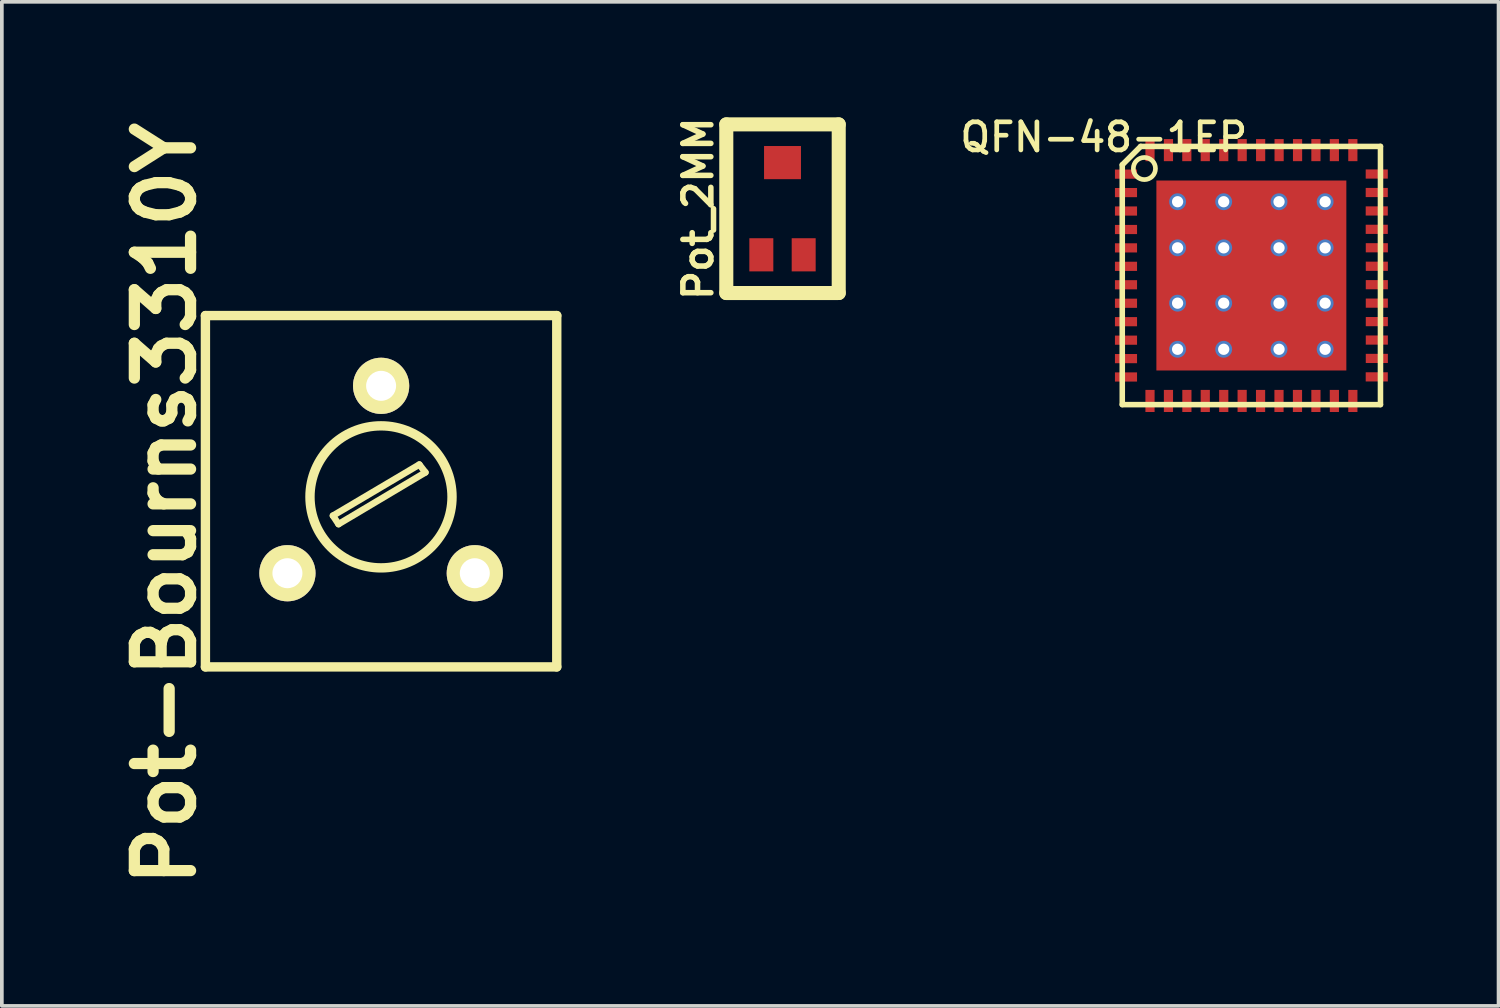
<source format=kicad_pcb>
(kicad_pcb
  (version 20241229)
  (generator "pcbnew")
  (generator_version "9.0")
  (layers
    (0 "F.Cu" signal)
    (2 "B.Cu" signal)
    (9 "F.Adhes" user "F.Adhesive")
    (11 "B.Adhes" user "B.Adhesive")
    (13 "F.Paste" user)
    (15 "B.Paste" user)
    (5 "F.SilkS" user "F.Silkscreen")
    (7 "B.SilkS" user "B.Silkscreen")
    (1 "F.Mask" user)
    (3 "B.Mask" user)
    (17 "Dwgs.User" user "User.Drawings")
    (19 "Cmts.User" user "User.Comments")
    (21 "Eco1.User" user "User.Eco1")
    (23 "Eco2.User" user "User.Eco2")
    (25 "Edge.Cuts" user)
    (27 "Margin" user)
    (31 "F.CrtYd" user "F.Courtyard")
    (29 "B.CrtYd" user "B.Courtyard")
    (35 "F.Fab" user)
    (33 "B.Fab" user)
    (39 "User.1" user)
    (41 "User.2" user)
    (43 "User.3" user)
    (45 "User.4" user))
  (footprint "QFN-48-1EP"
    (layer "F.Cu")
    (at 30.875 4.419)
    (property "Reference" "QFN-48-1EP" (at -4 -3.75 0) (layer "F.SilkS") (effects (font (size 0.762 0.762) (thickness 0.127))))
    (attr smd)
    (fp_line (start -3.5 3.5) (end -3.5 -3) (stroke (width 0.15) (type solid)) (layer "F.SilkS"))
    (fp_line (start -3 -3.5) (end -3.5 -3) (stroke (width 0.15) (type solid)) (layer "F.SilkS"))
    (fp_line (start -3 -3.5) (end 3.5 -3.5) (stroke (width 0.15) (type solid)) (layer "F.SilkS"))
    (fp_line (start 3.5 -3.5) (end 3.5 3.5) (stroke (width 0.15) (type solid)) (layer "F.SilkS"))
    (fp_line (start 3.5 3.5) (end -3.5 3.5) (stroke (width 0.15) (type solid)) (layer "F.SilkS"))
    (fp_circle (center -2.9 -2.9) (end -2.9 -3.2) (stroke (width 0.127) (type solid)) (fill no) (layer "F.SilkS"))
    (pad "0" thru_hole circle (at -2 -2) (size 0.457 0.457) (drill 0.305) (layers "*.Cu"))
    (pad "0" thru_hole circle (at -2 -0.75) (size 0.457 0.457) (drill 0.305) (layers "*.Cu"))
    (pad "0" thru_hole circle (at -2 0.75) (size 0.457 0.457) (drill 0.305) (layers "*.Cu"))
    (pad "0" thru_hole circle (at -2 2) (size 0.457 0.457) (drill 0.305) (layers "*.Cu"))
    (pad "0" thru_hole circle (at -0.75 -2) (size 0.457 0.457) (drill 0.305) (layers "*.Cu"))
    (pad "0" thru_hole circle (at -0.75 -0.75) (size 0.457 0.457) (drill 0.305) (layers "*.Cu"))
    (pad "0" thru_hole circle (at -0.75 0.75) (size 0.457 0.457) (drill 0.305) (layers "*.Cu"))
    (pad "0" thru_hole circle (at -0.75 2) (size 0.457 0.457) (drill 0.305) (layers "*.Cu"))
    (pad "0" smd rect (at 0 0 270) (size 5.15 5.15) (layers "F.Cu" "F.Mask" "F.Paste"))
    (pad "0" thru_hole circle (at 0.75 -2) (size 0.457 0.457) (drill 0.305) (layers "*.Cu"))
    (pad "0" thru_hole circle (at 0.75 -0.75) (size 0.457 0.457) (drill 0.305) (layers "*.Cu"))
    (pad "0" thru_hole circle (at 0.75 0.75) (size 0.457 0.457) (drill 0.305) (layers "*.Cu"))
    (pad "0" thru_hole circle (at 0.75 2) (size 0.457 0.457) (drill 0.305) (layers "*.Cu"))
    (pad "0" thru_hole circle (at 2 -2) (size 0.457 0.457) (drill 0.305) (layers "*.Cu"))
    (pad "0" thru_hole circle (at 2 -0.75) (size 0.457 0.457) (drill 0.305) (layers "*.Cu"))
    (pad "0" thru_hole circle (at 2 0.75) (size 0.457 0.457) (drill 0.305) (layers "*.Cu"))
    (pad "0" thru_hole circle (at 2 2) (size 0.457 0.457) (drill 0.305) (layers "*.Cu"))
    (pad "1" smd rect (at -3.399 -2.748) (size 0.599 0.249) (layers "F.Cu" "F.Mask" "F.Paste"))
    (pad "2" smd rect (at -3.399 -2.248) (size 0.599 0.249) (layers "F.Cu" "F.Mask" "F.Paste"))
    (pad "3" smd rect (at -3.399 -1.748) (size 0.599 0.249) (layers "F.Cu" "F.Mask" "F.Paste"))
    (pad "4" smd rect (at -3.399 -1.247) (size 0.599 0.249) (layers "F.Cu" "F.Mask" "F.Paste"))
    (pad "5" smd rect (at -3.399 -0.749) (size 0.599 0.249) (layers "F.Cu" "F.Mask" "F.Paste"))
    (pad "6" smd rect (at -3.399 -0.249) (size 0.599 0.249) (layers "F.Cu" "F.Mask" "F.Paste"))
    (pad "7" smd rect (at -3.399 0.251) (size 0.599 0.249) (layers "F.Cu" "F.Mask" "F.Paste"))
    (pad "8" smd rect (at -3.399 0.752) (size 0.599 0.249) (layers "F.Cu" "F.Mask" "F.Paste"))
    (pad "9" smd rect (at -3.399 1.252) (size 0.599 0.249) (layers "F.Cu" "F.Mask" "F.Paste"))
    (pad "10" smd rect (at -3.399 1.753) (size 0.599 0.249) (layers "F.Cu" "F.Mask" "F.Paste"))
    (pad "11" smd rect (at -3.399 2.253) (size 0.599 0.249) (layers "F.Cu" "F.Mask" "F.Paste"))
    (pad "12" smd rect (at -3.399 2.751) (size 0.599 0.249) (layers "F.Cu" "F.Mask" "F.Paste"))
    (pad "13" smd rect (at -2.748 3.401) (size 0.249 0.599) (layers "F.Cu" "F.Mask" "F.Paste"))
    (pad "14" smd rect (at -2.248 3.401) (size 0.249 0.599) (layers "F.Cu" "F.Mask" "F.Paste"))
    (pad "15" smd rect (at -1.748 3.401) (size 0.249 0.599) (layers "F.Cu" "F.Mask" "F.Paste"))
    (pad "16" smd rect (at -1.25 3.401) (size 0.249 0.599) (layers "F.Cu" "F.Mask" "F.Paste"))
    (pad "17" smd rect (at -0.749 3.401) (size 0.249 0.599) (layers "F.Cu" "F.Mask" "F.Paste"))
    (pad "18" smd rect (at -0.25 3.4) (size 0.249 0.599) (layers "F.Cu" "F.Mask" "F.Paste"))
    (pad "19" smd rect (at 0.249 3.401) (size 0.249 0.599) (layers "F.Cu" "F.Mask" "F.Paste"))
    (pad "20" smd rect (at 0.749 3.401) (size 0.249 0.599) (layers "F.Cu" "F.Mask" "F.Paste"))
    (pad "21" smd rect (at 1.25 3.401) (size 0.249 0.599) (layers "F.Cu" "F.Mask" "F.Paste"))
    (pad "22" smd rect (at 1.75 3.401) (size 0.249 0.599) (layers "F.Cu" "F.Mask" "F.Paste"))
    (pad "23" smd rect (at 2.25 3.401) (size 0.249 0.599) (layers "F.Cu" "F.Mask" "F.Paste"))
    (pad "24" smd rect (at 2.751 3.401) (size 0.249 0.599) (layers "F.Cu" "F.Mask" "F.Paste"))
    (pad "25" smd rect (at 3.399 2.748) (size 0.599 0.249) (layers "F.Cu" "F.Mask" "F.Paste"))
    (pad "26" smd rect (at 3.401 2.248) (size 0.599 0.249) (layers "F.Cu" "F.Mask" "F.Paste"))
    (pad "27" smd rect (at 3.401 1.75) (size 0.599 0.249) (layers "F.Cu" "F.Mask" "F.Paste"))
    (pad "28" smd rect (at 3.401 1.25) (size 0.599 0.249) (layers "F.Cu" "F.Mask" "F.Paste"))
    (pad "29" smd rect (at 3.401 0.749) (size 0.599 0.249) (layers "F.Cu" "F.Mask" "F.Paste"))
    (pad "30" smd rect (at 3.401 0.249) (size 0.599 0.249) (layers "F.Cu" "F.Mask" "F.Paste"))
    (pad "31" smd rect (at 3.401 -0.251) (size 0.599 0.249) (layers "F.Cu" "F.Mask" "F.Paste"))
    (pad "32" smd rect (at 3.401 -0.752) (size 0.599 0.249) (layers "F.Cu" "F.Mask" "F.Paste"))
    (pad "33" smd rect (at 3.399 -1.252) (size 0.599 0.249) (layers "F.Cu" "F.Mask" "F.Paste"))
    (pad "34" smd rect (at 3.399 -1.75) (size 0.599 0.249) (layers "F.Cu" "F.Mask" "F.Paste"))
    (pad "35" smd rect (at 3.399 -2.25) (size 0.599 0.249) (layers "F.Cu" "F.Mask" "F.Paste"))
    (pad "36" smd rect (at 3.399 -2.751) (size 0.599 0.249) (layers "F.Cu" "F.Mask" "F.Paste"))
    (pad "37" smd rect (at 2.751 -3.399) (size 0.249 0.599) (layers "F.Cu" "F.Mask" "F.Paste"))
    (pad "38" smd rect (at 2.25 -3.399) (size 0.249 0.599) (layers "F.Cu" "F.Mask" "F.Paste"))
    (pad "39" smd rect (at 1.75 -3.399) (size 0.249 0.599) (layers "F.Cu" "F.Mask" "F.Paste"))
    (pad "40" smd rect (at 1.252 -3.399) (size 0.249 0.599) (layers "F.Cu" "F.Mask" "F.Paste"))
    (pad "41" smd rect (at 0.752 -3.399) (size 0.249 0.599) (layers "F.Cu" "F.Mask" "F.Paste"))
    (pad "42" smd rect (at 0.251 -3.399) (size 0.249 0.599) (layers "F.Cu" "F.Mask" "F.Paste"))
    (pad "43" smd rect (at -0.249 -3.399) (size 0.249 0.599) (layers "F.Cu" "F.Mask" "F.Paste"))
    (pad "44" smd rect (at -0.749 -3.399) (size 0.249 0.599) (layers "F.Cu" "F.Mask" "F.Paste"))
    (pad "45" smd rect (at -1.25 -3.399) (size 0.249 0.599) (layers "F.Cu" "F.Mask" "F.Paste"))
    (pad "46" smd rect (at -1.75 -3.399) (size 0.249 0.599) (layers "F.Cu" "F.Mask" "F.Paste"))
    (pad "47" smd rect (at -2.248 -3.399) (size 0.249 0.599) (layers "F.Cu" "F.Mask" "F.Paste"))
    (pad "48" smd rect (at -2.748 -3.399) (size 0.249 0.599) (layers "F.Cu" "F.Mask" "F.Paste")))
  (footprint "Pot-Bourns3310Y"
    (layer "F.Cu")
    (at 2.519 15.03)
    (property "Reference" "Pot-Bourns3310Y" (at -1.092 -4.42 90) (layer "F.SilkS") (effects (font (size 1.524 1.524) (thickness 0.305))))
    (attr through_hole)
    (fp_line (start 0 -9.525) (end 0 0) (stroke (width 0.254) (type solid)) (layer "F.SilkS"))
    (fp_line (start 0 0) (end 9.525 0) (stroke (width 0.254) (type solid)) (layer "F.SilkS"))
    (fp_line (start 3.457 -4.1) (end 3.609 -3.871) (stroke (width 0.178) (type solid)) (layer "F.SilkS"))
    (fp_line (start 3.609 -3.871) (end 5.964 -5.273) (stroke (width 0.178) (type solid)) (layer "F.SilkS"))
    (fp_line (start 5.799 -5.486) (end 3.457 -4.1) (stroke (width 0.178) (type solid)) (layer "F.SilkS"))
    (fp_line (start 5.964 -5.273) (end 5.799 -5.486) (stroke (width 0.178) (type solid)) (layer "F.SilkS"))
    (fp_line (start 9.525 -9.525) (end 0 -9.525) (stroke (width 0.254) (type solid)) (layer "F.SilkS"))
    (fp_line (start 9.525 0) (end 9.525 -9.525) (stroke (width 0.254) (type solid)) (layer "F.SilkS"))
    (fp_circle (center 4.76 -4.61) (end 6.589 -5.212) (stroke (width 0.254) (type solid)) (fill no) (layer "F.SilkS"))
    (pad "1" thru_hole circle (at 7.303 -2.54) (size 1.524 1.524) (drill 0.813) (layers "*.Cu" "*.Mask" "F.SilkS"))
    (pad "2" thru_hole circle (at 4.763 -7.62) (size 1.524 1.524) (drill 0.813) (layers "*.Cu" "*.Mask" "F.SilkS"))
    (pad "3" thru_hole circle (at 2.223 -2.54) (size 1.524 1.524) (drill 0.813) (layers "*.Cu" "*.Mask" "F.SilkS")))
  (footprint "Pot_2MM"
    (layer "F.Cu")
    (at 18.164 2.608)
    (property "Reference" "Pot_2MM" (at -2.286 0 90) (layer "F.SilkS") (effects (font (size 0.759 0.759) (thickness 0.15))))
    (attr through_hole)
    (fp_line (start -1.524 2.286) (end -1.524 -2.286) (stroke (width 0.381) (type solid)) (layer "F.SilkS"))
    (fp_line (start 1.524 -2.286) (end -1.524 -2.286) (stroke (width 0.381) (type solid)) (layer "F.SilkS"))
    (fp_line (start 1.524 2.286) (end -1.524 2.286) (stroke (width 0.381) (type solid)) (layer "F.SilkS"))
    (fp_line (start 1.524 2.286) (end 1.524 -2.286) (stroke (width 0.381) (type solid)) (layer "F.SilkS"))
    (pad "1" smd rect (at 0.574 1.25) (size 0.65 0.899) (layers "F.Cu" "F.Mask" "F.Paste"))
    (pad "2" smd rect (at 0 -1.25) (size 1.001 0.899) (layers "F.Cu" "F.Mask" "F.Paste"))
    (pad "3" smd rect (at -0.574 1.25) (size 0.65 0.899) (layers "F.Cu" "F.Mask" "F.Paste")))
  (gr_rect
    (start -3 -3)
    (end 37.576 24.22)
    (stroke (width 0.1) (type default))
    (fill no)
    (layer "Edge.Cuts")))
</source>
